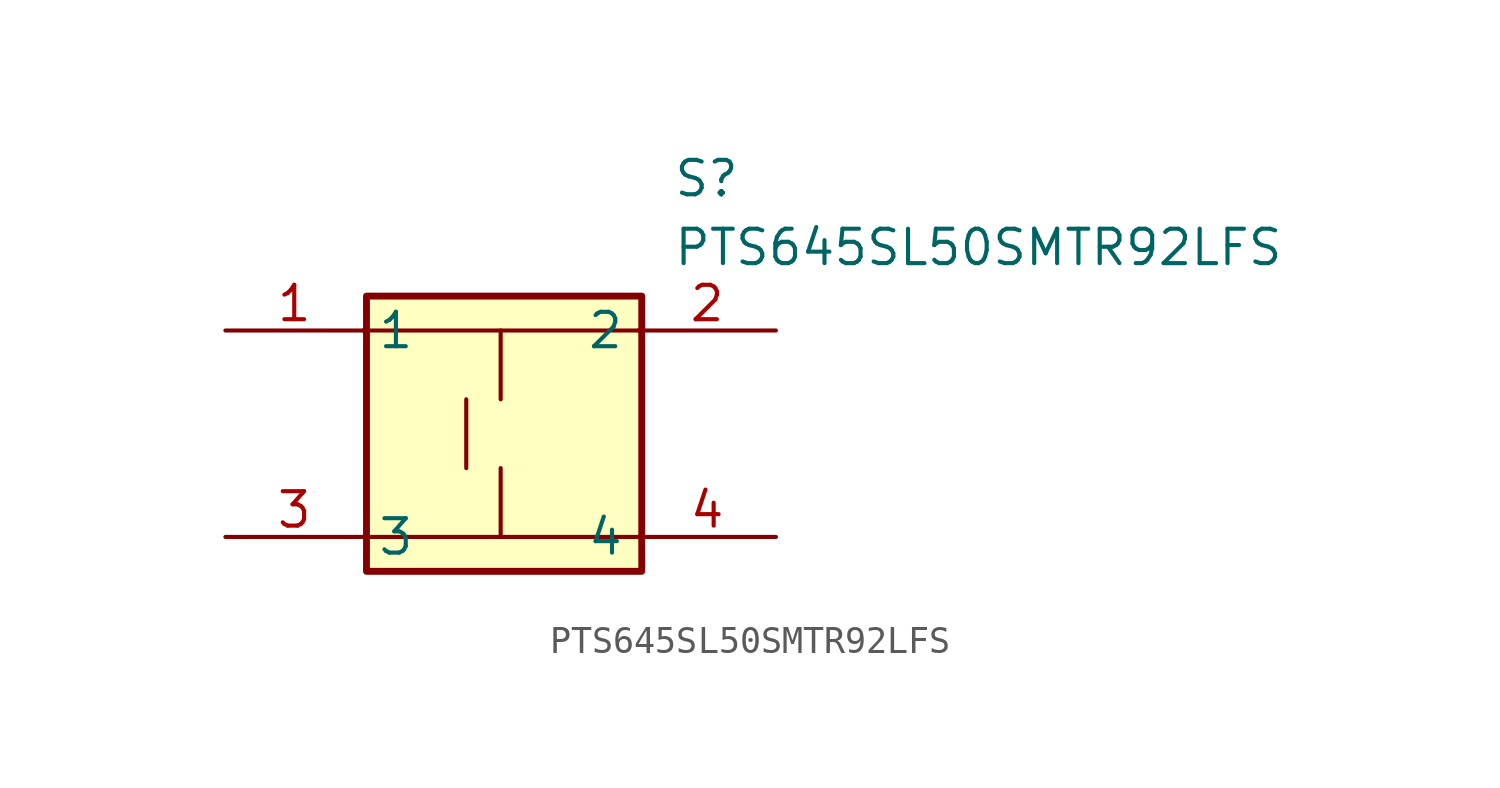
<source format=kicad_sym>
(kicad_symbol_lib
  (version 20231120)
  (generator "kicad_symbol_editor")
  (generator_version "8.0")
  (symbol "PTS645SL50SMTR92LFS"
    (property "Reference" "S"
      (at 16.51 7.62 0)
      (effects (font (size 1.27 1.27)) (justify left top)))
    (property "Value" "PTS645SL50SMTR92LFS"
      (at 16.51 5.08 0)
      (effects (font (size 1.27 1.27)) (justify left top)))
    (symbol "PTS645SL50SMTR92LFS_0_1"
      (polyline (pts (xy 5.08 -6.35) (xy 15.24 -6.35)) (stroke (width 0) (type default)) (fill (type none)))
      (polyline (pts (xy 5.08 1.27) (xy 15.24 1.27)) (stroke (width 0) (type default)) (fill (type none)))
      (polyline (pts (xy 8.89 -1.27) (xy 8.89 -3.81)) (stroke (width 0) (type default)) (fill (type none)))
      (polyline (pts (xy 10.16 -6.35) (xy 10.16 -3.81)) (stroke (width 0) (type default)) (fill (type none)))
      (polyline (pts (xy 10.16 1.27) (xy 10.16 -1.27)) (stroke (width 0) (type default)) (fill (type none))))
    (symbol "PTS645SL50SMTR92LFS_1_1"
      (rectangle (start 5.207 2.54) (end 15.367 -7.62) (stroke (width 0.254) (type default)) (fill (type background)))
      (pin passive line (at 0 1.27 0) (length 5.08) (name "1" (effects (font (size 1.27 1.27)))) (number "1" (effects (font (size 1.27 1.27)))))
      (pin passive line (at 20.32 1.27 180) (length 5.08) (name "2" (effects (font (size 1.27 1.27)))) (number "2" (effects (font (size 1.27 1.27)))))
      (pin passive line (at 0 -6.35 0) (length 5.08) (name "3" (effects (font (size 1.27 1.27)))) (number "3" (effects (font (size 1.27 1.27)))))
      (pin passive line (at 20.32 -6.35 180) (length 5.08) (name "4" (effects (font (size 1.27 1.27)))) (number "4" (effects (font (size 1.27 1.27))))))))
</source>
